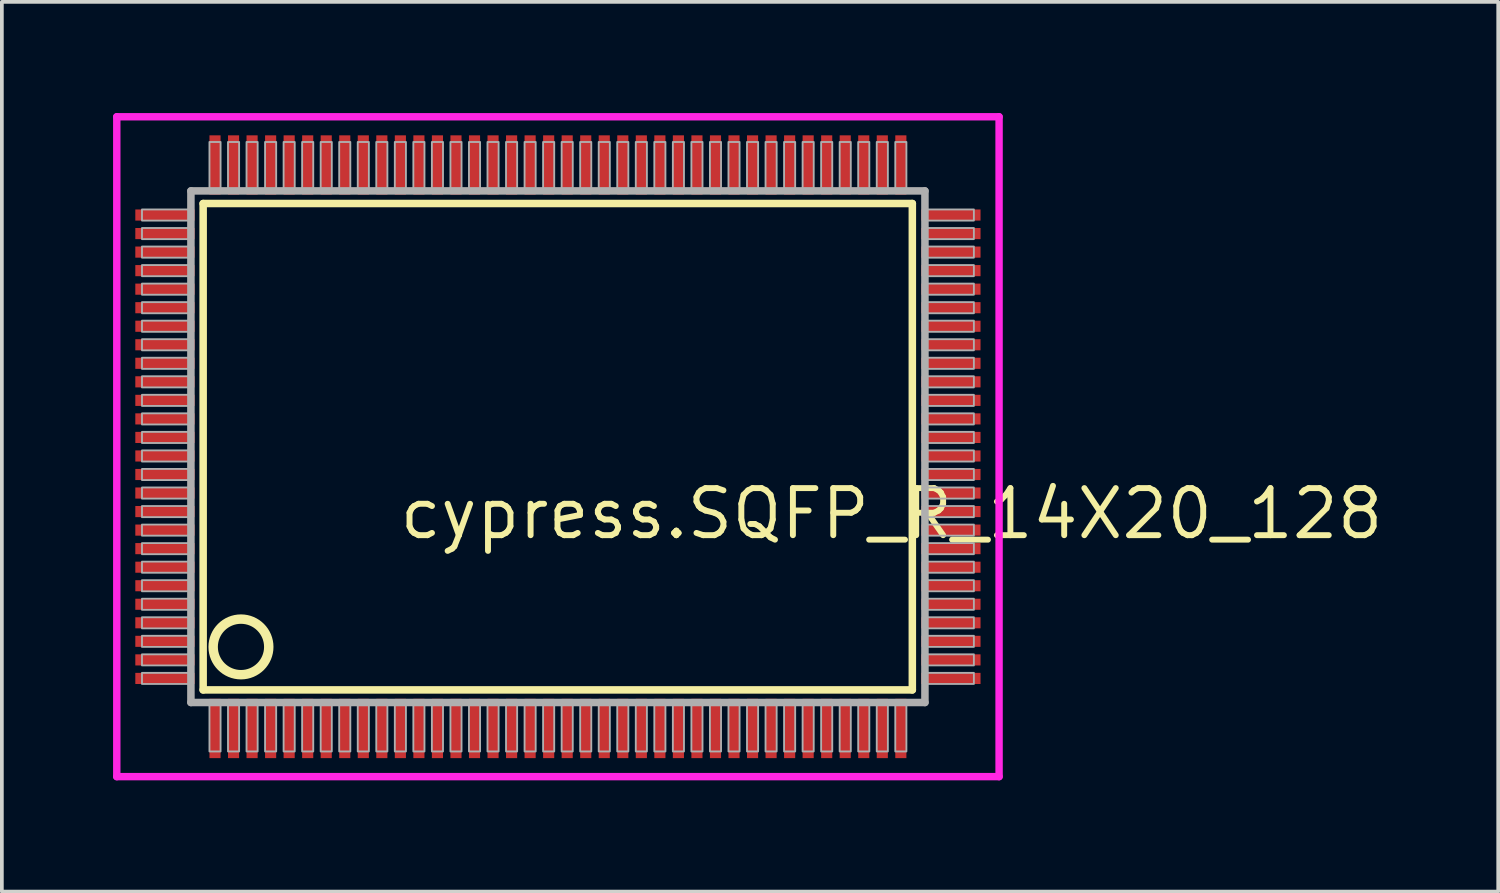
<source format=kicad_pcb>
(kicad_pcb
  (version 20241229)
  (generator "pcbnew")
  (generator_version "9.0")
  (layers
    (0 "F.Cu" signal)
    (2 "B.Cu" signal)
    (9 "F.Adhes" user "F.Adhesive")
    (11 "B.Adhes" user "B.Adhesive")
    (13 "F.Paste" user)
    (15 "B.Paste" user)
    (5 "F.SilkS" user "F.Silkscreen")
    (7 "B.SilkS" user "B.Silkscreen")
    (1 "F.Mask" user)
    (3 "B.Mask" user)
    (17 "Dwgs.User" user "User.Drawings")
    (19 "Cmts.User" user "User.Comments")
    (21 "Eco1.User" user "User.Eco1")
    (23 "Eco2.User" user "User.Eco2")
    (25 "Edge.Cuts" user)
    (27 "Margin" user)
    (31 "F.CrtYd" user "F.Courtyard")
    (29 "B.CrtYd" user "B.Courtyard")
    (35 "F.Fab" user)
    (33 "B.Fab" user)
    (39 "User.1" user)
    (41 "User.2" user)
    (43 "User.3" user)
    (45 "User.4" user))
  (footprint "cypress.SQFP_R_14X20_128"
    (layer "F.Cu")
    (at 12 9)
    (property "Reference" "cypress.SQFP_R_14X20_128" (at -4.35 2.55 0) (layer "F.SilkS") (effects (font (size 1.27 1.27) (thickness 0.16)) (justify left bottom)))
    (attr smd)
    (fp_line (start -9.57 -6.56) (end 9.56 -6.56) (stroke (width 0.203) (type default)) (layer "F.SilkS"))
    (fp_line (start -9.57 6.56) (end -9.57 -6.56) (stroke (width 0.203) (type default)) (layer "F.SilkS"))
    (fp_line (start 9.56 -6.56) (end 9.56 6.56) (stroke (width 0.203) (type default)) (layer "F.SilkS"))
    (fp_line (start 9.56 6.56) (end -9.57 6.56) (stroke (width 0.203) (type default)) (layer "F.SilkS"))
    (fp_circle (center -8.55 5.4) (end -7.8 5.4) (stroke (width 0.254) (type default)) (fill no) (layer "F.SilkS"))
    (fp_line (start -11.9 -8.9) (end 11.9 -8.9) (stroke (width 0.2) (type default)) (layer "F.CrtYd"))
    (fp_line (start -11.9 8.9) (end -11.9 -8.9) (stroke (width 0.2) (type default)) (layer "F.CrtYd"))
    (fp_line (start 11.9 -8.9) (end 11.9 8.9) (stroke (width 0.2) (type default)) (layer "F.CrtYd"))
    (fp_line (start 11.9 8.9) (end -11.9 8.9) (stroke (width 0.2) (type default)) (layer "F.CrtYd"))
    (fp_line (start -9.9 -6.9) (end -9.9 6.9) (stroke (width 0.203) (type default)) (layer "F.Fab"))
    (fp_line (start -9.9 6.9) (end 9.9 6.9) (stroke (width 0.203) (type default)) (layer "F.Fab"))
    (fp_line (start 9.9 -6.9) (end -9.9 -6.9) (stroke (width 0.203) (type default)) (layer "F.Fab"))
    (fp_line (start 9.9 6.9) (end 9.9 -6.9) (stroke (width 0.203) (type default)) (layer "F.Fab"))
    (fp_rect (start -11.22 -6.1) (end -9.95 -6.4) (stroke (width 0.05) (type default)) (fill no) (layer "F.Fab"))
    (fp_rect (start -11.22 -5.6) (end -9.95 -5.9) (stroke (width 0.05) (type default)) (fill no) (layer "F.Fab"))
    (fp_rect (start -11.22 -5.1) (end -9.95 -5.4) (stroke (width 0.05) (type default)) (fill no) (layer "F.Fab"))
    (fp_rect (start -11.22 -4.6) (end -9.95 -4.9) (stroke (width 0.05) (type default)) (fill no) (layer "F.Fab"))
    (fp_rect (start -11.22 -4.1) (end -9.95 -4.4) (stroke (width 0.05) (type default)) (fill no) (layer "F.Fab"))
    (fp_rect (start -11.22 -3.6) (end -9.95 -3.9) (stroke (width 0.05) (type default)) (fill no) (layer "F.Fab"))
    (fp_rect (start -11.22 -3.1) (end -9.95 -3.4) (stroke (width 0.05) (type default)) (fill no) (layer "F.Fab"))
    (fp_rect (start -11.22 -2.6) (end -9.95 -2.9) (stroke (width 0.05) (type default)) (fill no) (layer "F.Fab"))
    (fp_rect (start -11.22 -2.1) (end -9.95 -2.4) (stroke (width 0.05) (type default)) (fill no) (layer "F.Fab"))
    (fp_rect (start -11.22 -1.6) (end -9.95 -1.9) (stroke (width 0.05) (type default)) (fill no) (layer "F.Fab"))
    (fp_rect (start -11.22 -1.1) (end -9.95 -1.4) (stroke (width 0.05) (type default)) (fill no) (layer "F.Fab"))
    (fp_rect (start -11.22 -0.6) (end -9.95 -0.9) (stroke (width 0.05) (type default)) (fill no) (layer "F.Fab"))
    (fp_rect (start -11.22 -0.1) (end -9.95 -0.4) (stroke (width 0.05) (type default)) (fill no) (layer "F.Fab"))
    (fp_rect (start -11.22 0.4) (end -9.95 0.1) (stroke (width 0.05) (type default)) (fill no) (layer "F.Fab"))
    (fp_rect (start -11.22 0.9) (end -9.95 0.6) (stroke (width 0.05) (type default)) (fill no) (layer "F.Fab"))
    (fp_rect (start -11.22 1.4) (end -9.95 1.1) (stroke (width 0.05) (type default)) (fill no) (layer "F.Fab"))
    (fp_rect (start -11.22 1.9) (end -9.95 1.6) (stroke (width 0.05) (type default)) (fill no) (layer "F.Fab"))
    (fp_rect (start -11.22 2.4) (end -9.95 2.1) (stroke (width 0.05) (type default)) (fill no) (layer "F.Fab"))
    (fp_rect (start -11.22 2.9) (end -9.95 2.6) (stroke (width 0.05) (type default)) (fill no) (layer "F.Fab"))
    (fp_rect (start -11.22 3.4) (end -9.95 3.1) (stroke (width 0.05) (type default)) (fill no) (layer "F.Fab"))
    (fp_rect (start -11.22 3.9) (end -9.95 3.6) (stroke (width 0.05) (type default)) (fill no) (layer "F.Fab"))
    (fp_rect (start -11.22 4.4) (end -9.95 4.1) (stroke (width 0.05) (type default)) (fill no) (layer "F.Fab"))
    (fp_rect (start -11.22 4.9) (end -9.95 4.6) (stroke (width 0.05) (type default)) (fill no) (layer "F.Fab"))
    (fp_rect (start -11.22 5.4) (end -9.95 5.1) (stroke (width 0.05) (type default)) (fill no) (layer "F.Fab"))
    (fp_rect (start -11.22 5.9) (end -9.95 5.6) (stroke (width 0.05) (type default)) (fill no) (layer "F.Fab"))
    (fp_rect (start -11.22 6.4) (end -9.95 6.1) (stroke (width 0.05) (type default)) (fill no) (layer "F.Fab"))
    (fp_rect (start -9.4 -6.95) (end -9.1 -8.22) (stroke (width 0.05) (type default)) (fill no) (layer "F.Fab"))
    (fp_rect (start -9.4 8.22) (end -9.1 6.95) (stroke (width 0.05) (type default)) (fill no) (layer "F.Fab"))
    (fp_rect (start -8.9 -6.95) (end -8.6 -8.22) (stroke (width 0.05) (type default)) (fill no) (layer "F.Fab"))
    (fp_rect (start -8.9 8.22) (end -8.6 6.95) (stroke (width 0.05) (type default)) (fill no) (layer "F.Fab"))
    (fp_rect (start -8.4 -6.95) (end -8.1 -8.22) (stroke (width 0.05) (type default)) (fill no) (layer "F.Fab"))
    (fp_rect (start -8.4 8.22) (end -8.1 6.95) (stroke (width 0.05) (type default)) (fill no) (layer "F.Fab"))
    (fp_rect (start -7.9 -6.95) (end -7.6 -8.22) (stroke (width 0.05) (type default)) (fill no) (layer "F.Fab"))
    (fp_rect (start -7.9 8.22) (end -7.6 6.95) (stroke (width 0.05) (type default)) (fill no) (layer "F.Fab"))
    (fp_rect (start -7.4 -6.95) (end -7.1 -8.22) (stroke (width 0.05) (type default)) (fill no) (layer "F.Fab"))
    (fp_rect (start -7.4 8.22) (end -7.1 6.95) (stroke (width 0.05) (type default)) (fill no) (layer "F.Fab"))
    (fp_rect (start -6.9 -6.95) (end -6.6 -8.22) (stroke (width 0.05) (type default)) (fill no) (layer "F.Fab"))
    (fp_rect (start -6.9 8.22) (end -6.6 6.95) (stroke (width 0.05) (type default)) (fill no) (layer "F.Fab"))
    (fp_rect (start -6.4 -6.95) (end -6.1 -8.22) (stroke (width 0.05) (type default)) (fill no) (layer "F.Fab"))
    (fp_rect (start -6.4 8.22) (end -6.1 6.95) (stroke (width 0.05) (type default)) (fill no) (layer "F.Fab"))
    (fp_rect (start -5.9 -6.95) (end -5.6 -8.22) (stroke (width 0.05) (type default)) (fill no) (layer "F.Fab"))
    (fp_rect (start -5.9 8.22) (end -5.6 6.95) (stroke (width 0.05) (type default)) (fill no) (layer "F.Fab"))
    (fp_rect (start -5.4 -6.95) (end -5.1 -8.22) (stroke (width 0.05) (type default)) (fill no) (layer "F.Fab"))
    (fp_rect (start -5.4 8.22) (end -5.1 6.95) (stroke (width 0.05) (type default)) (fill no) (layer "F.Fab"))
    (fp_rect (start -4.9 -6.95) (end -4.6 -8.22) (stroke (width 0.05) (type default)) (fill no) (layer "F.Fab"))
    (fp_rect (start -4.9 8.22) (end -4.6 6.95) (stroke (width 0.05) (type default)) (fill no) (layer "F.Fab"))
    (fp_rect (start -4.4 -6.95) (end -4.1 -8.22) (stroke (width 0.05) (type default)) (fill no) (layer "F.Fab"))
    (fp_rect (start -4.4 8.22) (end -4.1 6.95) (stroke (width 0.05) (type default)) (fill no) (layer "F.Fab"))
    (fp_rect (start -3.9 -6.95) (end -3.6 -8.22) (stroke (width 0.05) (type default)) (fill no) (layer "F.Fab"))
    (fp_rect (start -3.9 8.22) (end -3.6 6.95) (stroke (width 0.05) (type default)) (fill no) (layer "F.Fab"))
    (fp_rect (start -3.4 -6.95) (end -3.1 -8.22) (stroke (width 0.05) (type default)) (fill no) (layer "F.Fab"))
    (fp_rect (start -3.4 8.22) (end -3.1 6.95) (stroke (width 0.05) (type default)) (fill no) (layer "F.Fab"))
    (fp_rect (start -2.9 -6.95) (end -2.6 -8.22) (stroke (width 0.05) (type default)) (fill no) (layer "F.Fab"))
    (fp_rect (start -2.9 8.22) (end -2.6 6.95) (stroke (width 0.05) (type default)) (fill no) (layer "F.Fab"))
    (fp_rect (start -2.4 -6.95) (end -2.1 -8.22) (stroke (width 0.05) (type default)) (fill no) (layer "F.Fab"))
    (fp_rect (start -2.4 8.22) (end -2.1 6.95) (stroke (width 0.05) (type default)) (fill no) (layer "F.Fab"))
    (fp_rect (start -1.9 -6.95) (end -1.6 -8.22) (stroke (width 0.05) (type default)) (fill no) (layer "F.Fab"))
    (fp_rect (start -1.9 8.22) (end -1.6 6.95) (stroke (width 0.05) (type default)) (fill no) (layer "F.Fab"))
    (fp_rect (start -1.4 -6.95) (end -1.1 -8.22) (stroke (width 0.05) (type default)) (fill no) (layer "F.Fab"))
    (fp_rect (start -1.4 8.22) (end -1.1 6.95) (stroke (width 0.05) (type default)) (fill no) (layer "F.Fab"))
    (fp_rect (start -0.9 -6.95) (end -0.6 -8.22) (stroke (width 0.05) (type default)) (fill no) (layer "F.Fab"))
    (fp_rect (start -0.9 8.22) (end -0.6 6.95) (stroke (width 0.05) (type default)) (fill no) (layer "F.Fab"))
    (fp_rect (start -0.4 -6.95) (end -0.1 -8.22) (stroke (width 0.05) (type default)) (fill no) (layer "F.Fab"))
    (fp_rect (start -0.4 8.22) (end -0.1 6.95) (stroke (width 0.05) (type default)) (fill no) (layer "F.Fab"))
    (fp_rect (start 0.1 -6.95) (end 0.4 -8.22) (stroke (width 0.05) (type default)) (fill no) (layer "F.Fab"))
    (fp_rect (start 0.1 8.22) (end 0.4 6.95) (stroke (width 0.05) (type default)) (fill no) (layer "F.Fab"))
    (fp_rect (start 0.6 -6.95) (end 0.9 -8.22) (stroke (width 0.05) (type default)) (fill no) (layer "F.Fab"))
    (fp_rect (start 0.6 8.22) (end 0.9 6.95) (stroke (width 0.05) (type default)) (fill no) (layer "F.Fab"))
    (fp_rect (start 1.1 -6.95) (end 1.4 -8.22) (stroke (width 0.05) (type default)) (fill no) (layer "F.Fab"))
    (fp_rect (start 1.1 8.22) (end 1.4 6.95) (stroke (width 0.05) (type default)) (fill no) (layer "F.Fab"))
    (fp_rect (start 1.6 -6.95) (end 1.9 -8.22) (stroke (width 0.05) (type default)) (fill no) (layer "F.Fab"))
    (fp_rect (start 1.6 8.22) (end 1.9 6.95) (stroke (width 0.05) (type default)) (fill no) (layer "F.Fab"))
    (fp_rect (start 2.1 -6.95) (end 2.4 -8.22) (stroke (width 0.05) (type default)) (fill no) (layer "F.Fab"))
    (fp_rect (start 2.1 8.22) (end 2.4 6.95) (stroke (width 0.05) (type default)) (fill no) (layer "F.Fab"))
    (fp_rect (start 2.6 -6.95) (end 2.9 -8.22) (stroke (width 0.05) (type default)) (fill no) (layer "F.Fab"))
    (fp_rect (start 2.6 8.22) (end 2.9 6.95) (stroke (width 0.05) (type default)) (fill no) (layer "F.Fab"))
    (fp_rect (start 3.1 -6.95) (end 3.4 -8.22) (stroke (width 0.05) (type default)) (fill no) (layer "F.Fab"))
    (fp_rect (start 3.1 8.22) (end 3.4 6.95) (stroke (width 0.05) (type default)) (fill no) (layer "F.Fab"))
    (fp_rect (start 3.6 -6.95) (end 3.9 -8.22) (stroke (width 0.05) (type default)) (fill no) (layer "F.Fab"))
    (fp_rect (start 3.6 8.22) (end 3.9 6.95) (stroke (width 0.05) (type default)) (fill no) (layer "F.Fab"))
    (fp_rect (start 4.1 -6.95) (end 4.4 -8.22) (stroke (width 0.05) (type default)) (fill no) (layer "F.Fab"))
    (fp_rect (start 4.1 8.22) (end 4.4 6.95) (stroke (width 0.05) (type default)) (fill no) (layer "F.Fab"))
    (fp_rect (start 4.6 -6.95) (end 4.9 -8.22) (stroke (width 0.05) (type default)) (fill no) (layer "F.Fab"))
    (fp_rect (start 4.6 8.22) (end 4.9 6.95) (stroke (width 0.05) (type default)) (fill no) (layer "F.Fab"))
    (fp_rect (start 5.1 -6.95) (end 5.4 -8.22) (stroke (width 0.05) (type default)) (fill no) (layer "F.Fab"))
    (fp_rect (start 5.1 8.22) (end 5.4 6.95) (stroke (width 0.05) (type default)) (fill no) (layer "F.Fab"))
    (fp_rect (start 5.6 -6.95) (end 5.9 -8.22) (stroke (width 0.05) (type default)) (fill no) (layer "F.Fab"))
    (fp_rect (start 5.6 8.22) (end 5.9 6.95) (stroke (width 0.05) (type default)) (fill no) (layer "F.Fab"))
    (fp_rect (start 6.1 -6.95) (end 6.4 -8.22) (stroke (width 0.05) (type default)) (fill no) (layer "F.Fab"))
    (fp_rect (start 6.1 8.22) (end 6.4 6.95) (stroke (width 0.05) (type default)) (fill no) (layer "F.Fab"))
    (fp_rect (start 6.6 -6.95) (end 6.9 -8.22) (stroke (width 0.05) (type default)) (fill no) (layer "F.Fab"))
    (fp_rect (start 6.6 8.22) (end 6.9 6.95) (stroke (width 0.05) (type default)) (fill no) (layer "F.Fab"))
    (fp_rect (start 7.1 -6.95) (end 7.4 -8.22) (stroke (width 0.05) (type default)) (fill no) (layer "F.Fab"))
    (fp_rect (start 7.1 8.22) (end 7.4 6.95) (stroke (width 0.05) (type default)) (fill no) (layer "F.Fab"))
    (fp_rect (start 7.6 -6.95) (end 7.9 -8.22) (stroke (width 0.05) (type default)) (fill no) (layer "F.Fab"))
    (fp_rect (start 7.6 8.22) (end 7.9 6.95) (stroke (width 0.05) (type default)) (fill no) (layer "F.Fab"))
    (fp_rect (start 8.1 -6.95) (end 8.4 -8.22) (stroke (width 0.05) (type default)) (fill no) (layer "F.Fab"))
    (fp_rect (start 8.1 8.22) (end 8.4 6.95) (stroke (width 0.05) (type default)) (fill no) (layer "F.Fab"))
    (fp_rect (start 8.6 -6.95) (end 8.9 -8.22) (stroke (width 0.05) (type default)) (fill no) (layer "F.Fab"))
    (fp_rect (start 8.6 8.22) (end 8.9 6.95) (stroke (width 0.05) (type default)) (fill no) (layer "F.Fab"))
    (fp_rect (start 9.1 -6.95) (end 9.4 -8.22) (stroke (width 0.05) (type default)) (fill no) (layer "F.Fab"))
    (fp_rect (start 9.1 8.22) (end 9.4 6.95) (stroke (width 0.05) (type default)) (fill no) (layer "F.Fab"))
    (fp_rect (start 9.95 -6.1) (end 11.22 -6.4) (stroke (width 0.05) (type default)) (fill no) (layer "F.Fab"))
    (fp_rect (start 9.95 -5.6) (end 11.22 -5.9) (stroke (width 0.05) (type default)) (fill no) (layer "F.Fab"))
    (fp_rect (start 9.95 -5.1) (end 11.22 -5.4) (stroke (width 0.05) (type default)) (fill no) (layer "F.Fab"))
    (fp_rect (start 9.95 -4.6) (end 11.22 -4.9) (stroke (width 0.05) (type default)) (fill no) (layer "F.Fab"))
    (fp_rect (start 9.95 -4.1) (end 11.22 -4.4) (stroke (width 0.05) (type default)) (fill no) (layer "F.Fab"))
    (fp_rect (start 9.95 -3.6) (end 11.22 -3.9) (stroke (width 0.05) (type default)) (fill no) (layer "F.Fab"))
    (fp_rect (start 9.95 -3.1) (end 11.22 -3.4) (stroke (width 0.05) (type default)) (fill no) (layer "F.Fab"))
    (fp_rect (start 9.95 -2.6) (end 11.22 -2.9) (stroke (width 0.05) (type default)) (fill no) (layer "F.Fab"))
    (fp_rect (start 9.95 -2.1) (end 11.22 -2.4) (stroke (width 0.05) (type default)) (fill no) (layer "F.Fab"))
    (fp_rect (start 9.95 -1.6) (end 11.22 -1.9) (stroke (width 0.05) (type default)) (fill no) (layer "F.Fab"))
    (fp_rect (start 9.95 -1.1) (end 11.22 -1.4) (stroke (width 0.05) (type default)) (fill no) (layer "F.Fab"))
    (fp_rect (start 9.95 -0.6) (end 11.22 -0.9) (stroke (width 0.05) (type default)) (fill no) (layer "F.Fab"))
    (fp_rect (start 9.95 -0.1) (end 11.22 -0.4) (stroke (width 0.05) (type default)) (fill no) (layer "F.Fab"))
    (fp_rect (start 9.95 0.4) (end 11.22 0.1) (stroke (width 0.05) (type default)) (fill no) (layer "F.Fab"))
    (fp_rect (start 9.95 0.9) (end 11.22 0.6) (stroke (width 0.05) (type default)) (fill no) (layer "F.Fab"))
    (fp_rect (start 9.95 1.4) (end 11.22 1.1) (stroke (width 0.05) (type default)) (fill no) (layer "F.Fab"))
    (fp_rect (start 9.95 1.9) (end 11.22 1.6) (stroke (width 0.05) (type default)) (fill no) (layer "F.Fab"))
    (fp_rect (start 9.95 2.4) (end 11.22 2.1) (stroke (width 0.05) (type default)) (fill no) (layer "F.Fab"))
    (fp_rect (start 9.95 2.9) (end 11.22 2.6) (stroke (width 0.05) (type default)) (fill no) (layer "F.Fab"))
    (fp_rect (start 9.95 3.4) (end 11.22 3.1) (stroke (width 0.05) (type default)) (fill no) (layer "F.Fab"))
    (fp_rect (start 9.95 3.9) (end 11.22 3.6) (stroke (width 0.05) (type default)) (fill no) (layer "F.Fab"))
    (fp_rect (start 9.95 4.4) (end 11.22 4.1) (stroke (width 0.05) (type default)) (fill no) (layer "F.Fab"))
    (fp_rect (start 9.95 4.9) (end 11.22 4.6) (stroke (width 0.05) (type default)) (fill no) (layer "F.Fab"))
    (fp_rect (start 9.95 5.4) (end 11.22 5.1) (stroke (width 0.05) (type default)) (fill no) (layer "F.Fab"))
    (fp_rect (start 9.95 5.9) (end 11.22 5.6) (stroke (width 0.05) (type default)) (fill no) (layer "F.Fab"))
    (fp_rect (start 9.95 6.4) (end 11.22 6.1) (stroke (width 0.05) (type default)) (fill no) (layer "F.Fab"))
    (pad "1" smd roundrect (at -9.25 7.6) (size 0.3 1.6) (layers "F.Cu" "F.Mask" "F.Paste") (roundrect_rratio 0.01))
    (pad "2" smd roundrect (at -8.75 7.6) (size 0.3 1.6) (layers "F.Cu" "F.Mask" "F.Paste") (roundrect_rratio 0.01))
    (pad "3" smd roundrect (at -8.25 7.6) (size 0.3 1.6) (layers "F.Cu" "F.Mask" "F.Paste") (roundrect_rratio 0.01))
    (pad "4" smd roundrect (at -7.75 7.6) (size 0.3 1.6) (layers "F.Cu" "F.Mask" "F.Paste") (roundrect_rratio 0.01))
    (pad "5" smd roundrect (at -7.25 7.6) (size 0.3 1.6) (layers "F.Cu" "F.Mask" "F.Paste") (roundrect_rratio 0.01))
    (pad "6" smd roundrect (at -6.75 7.6) (size 0.3 1.6) (layers "F.Cu" "F.Mask" "F.Paste") (roundrect_rratio 0.01))
    (pad "7" smd roundrect (at -6.25 7.6) (size 0.3 1.6) (layers "F.Cu" "F.Mask" "F.Paste") (roundrect_rratio 0.01))
    (pad "8" smd roundrect (at -5.75 7.6) (size 0.3 1.6) (layers "F.Cu" "F.Mask" "F.Paste") (roundrect_rratio 0.01))
    (pad "9" smd roundrect (at -5.25 7.6) (size 0.3 1.6) (layers "F.Cu" "F.Mask" "F.Paste") (roundrect_rratio 0.01))
    (pad "10" smd roundrect (at -4.75 7.6) (size 0.3 1.6) (layers "F.Cu" "F.Mask" "F.Paste") (roundrect_rratio 0.01))
    (pad "11" smd roundrect (at -4.25 7.6) (size 0.3 1.6) (layers "F.Cu" "F.Mask" "F.Paste") (roundrect_rratio 0.01))
    (pad "12" smd roundrect (at -3.75 7.6) (size 0.3 1.6) (layers "F.Cu" "F.Mask" "F.Paste") (roundrect_rratio 0.01))
    (pad "13" smd roundrect (at -3.25 7.6) (size 0.3 1.6) (layers "F.Cu" "F.Mask" "F.Paste") (roundrect_rratio 0.01))
    (pad "14" smd roundrect (at -2.75 7.6) (size 0.3 1.6) (layers "F.Cu" "F.Mask" "F.Paste") (roundrect_rratio 0.01))
    (pad "15" smd roundrect (at -2.25 7.6) (size 0.3 1.6) (layers "F.Cu" "F.Mask" "F.Paste") (roundrect_rratio 0.01))
    (pad "16" smd roundrect (at -1.75 7.6) (size 0.3 1.6) (layers "F.Cu" "F.Mask" "F.Paste") (roundrect_rratio 0.01))
    (pad "17" smd roundrect (at -1.25 7.6) (size 0.3 1.6) (layers "F.Cu" "F.Mask" "F.Paste") (roundrect_rratio 0.01))
    (pad "18" smd roundrect (at -0.75 7.6) (size 0.3 1.6) (layers "F.Cu" "F.Mask" "F.Paste") (roundrect_rratio 0.01))
    (pad "19" smd roundrect (at -0.25 7.6) (size 0.3 1.6) (layers "F.Cu" "F.Mask" "F.Paste") (roundrect_rratio 0.01))
    (pad "20" smd roundrect (at 0.25 7.6) (size 0.3 1.6) (layers "F.Cu" "F.Mask" "F.Paste") (roundrect_rratio 0.01))
    (pad "21" smd roundrect (at 0.75 7.6) (size 0.3 1.6) (layers "F.Cu" "F.Mask" "F.Paste") (roundrect_rratio 0.01))
    (pad "22" smd roundrect (at 1.25 7.6) (size 0.3 1.6) (layers "F.Cu" "F.Mask" "F.Paste") (roundrect_rratio 0.01))
    (pad "23" smd roundrect (at 1.75 7.6) (size 0.3 1.6) (layers "F.Cu" "F.Mask" "F.Paste") (roundrect_rratio 0.01))
    (pad "24" smd roundrect (at 2.25 7.6) (size 0.3 1.6) (layers "F.Cu" "F.Mask" "F.Paste") (roundrect_rratio 0.01))
    (pad "25" smd roundrect (at 2.75 7.6) (size 0.3 1.6) (layers "F.Cu" "F.Mask" "F.Paste") (roundrect_rratio 0.01))
    (pad "26" smd roundrect (at 3.25 7.6) (size 0.3 1.6) (layers "F.Cu" "F.Mask" "F.Paste") (roundrect_rratio 0.01))
    (pad "27" smd roundrect (at 3.75 7.6) (size 0.3 1.6) (layers "F.Cu" "F.Mask" "F.Paste") (roundrect_rratio 0.01))
    (pad "28" smd roundrect (at 4.25 7.6) (size 0.3 1.6) (layers "F.Cu" "F.Mask" "F.Paste") (roundrect_rratio 0.01))
    (pad "29" smd roundrect (at 4.75 7.6) (size 0.3 1.6) (layers "F.Cu" "F.Mask" "F.Paste") (roundrect_rratio 0.01))
    (pad "30" smd roundrect (at 5.25 7.6) (size 0.3 1.6) (layers "F.Cu" "F.Mask" "F.Paste") (roundrect_rratio 0.01))
    (pad "31" smd roundrect (at 5.75 7.6) (size 0.3 1.6) (layers "F.Cu" "F.Mask" "F.Paste") (roundrect_rratio 0.01))
    (pad "32" smd roundrect (at 6.25 7.6) (size 0.3 1.6) (layers "F.Cu" "F.Mask" "F.Paste") (roundrect_rratio 0.01))
    (pad "33" smd roundrect (at 6.75 7.6) (size 0.3 1.6) (layers "F.Cu" "F.Mask" "F.Paste") (roundrect_rratio 0.01))
    (pad "34" smd roundrect (at 7.25 7.6) (size 0.3 1.6) (layers "F.Cu" "F.Mask" "F.Paste") (roundrect_rratio 0.01))
    (pad "35" smd roundrect (at 7.75 7.6) (size 0.3 1.6) (layers "F.Cu" "F.Mask" "F.Paste") (roundrect_rratio 0.01))
    (pad "36" smd roundrect (at 8.25 7.6) (size 0.3 1.6) (layers "F.Cu" "F.Mask" "F.Paste") (roundrect_rratio 0.01))
    (pad "37" smd roundrect (at 8.75 7.6) (size 0.3 1.6) (layers "F.Cu" "F.Mask" "F.Paste") (roundrect_rratio 0.01))
    (pad "38" smd roundrect (at 9.25 7.6) (size 0.3 1.6) (layers "F.Cu" "F.Mask" "F.Paste") (roundrect_rratio 0.01))
    (pad "39" smd roundrect (at 10.6 6.25) (size 1.6 0.3) (layers "F.Cu" "F.Mask" "F.Paste") (roundrect_rratio 0.01))
    (pad "40" smd roundrect (at 10.6 5.75) (size 1.6 0.3) (layers "F.Cu" "F.Mask" "F.Paste") (roundrect_rratio 0.01))
    (pad "41" smd roundrect (at 10.6 5.25) (size 1.6 0.3) (layers "F.Cu" "F.Mask" "F.Paste") (roundrect_rratio 0.01))
    (pad "42" smd roundrect (at 10.6 4.75) (size 1.6 0.3) (layers "F.Cu" "F.Mask" "F.Paste") (roundrect_rratio 0.01))
    (pad "43" smd roundrect (at 10.6 4.25) (size 1.6 0.3) (layers "F.Cu" "F.Mask" "F.Paste") (roundrect_rratio 0.01))
    (pad "44" smd roundrect (at 10.6 3.75) (size 1.6 0.3) (layers "F.Cu" "F.Mask" "F.Paste") (roundrect_rratio 0.01))
    (pad "45" smd roundrect (at 10.6 3.25) (size 1.6 0.3) (layers "F.Cu" "F.Mask" "F.Paste") (roundrect_rratio 0.01))
    (pad "46" smd roundrect (at 10.6 2.75) (size 1.6 0.3) (layers "F.Cu" "F.Mask" "F.Paste") (roundrect_rratio 0.01))
    (pad "47" smd roundrect (at 10.6 2.25) (size 1.6 0.3) (layers "F.Cu" "F.Mask" "F.Paste") (roundrect_rratio 0.01))
    (pad "48" smd roundrect (at 10.6 1.75) (size 1.6 0.3) (layers "F.Cu" "F.Mask" "F.Paste") (roundrect_rratio 0.01))
    (pad "49" smd roundrect (at 10.6 1.25) (size 1.6 0.3) (layers "F.Cu" "F.Mask" "F.Paste") (roundrect_rratio 0.01))
    (pad "50" smd roundrect (at 10.6 0.75) (size 1.6 0.3) (layers "F.Cu" "F.Mask" "F.Paste") (roundrect_rratio 0.01))
    (pad "51" smd roundrect (at 10.6 0.25) (size 1.6 0.3) (layers "F.Cu" "F.Mask" "F.Paste") (roundrect_rratio 0.01))
    (pad "52" smd roundrect (at 10.6 -0.25) (size 1.6 0.3) (layers "F.Cu" "F.Mask" "F.Paste") (roundrect_rratio 0.01))
    (pad "53" smd roundrect (at 10.6 -0.75) (size 1.6 0.3) (layers "F.Cu" "F.Mask" "F.Paste") (roundrect_rratio 0.01))
    (pad "54" smd roundrect (at 10.6 -1.25) (size 1.6 0.3) (layers "F.Cu" "F.Mask" "F.Paste") (roundrect_rratio 0.01))
    (pad "55" smd roundrect (at 10.6 -1.75) (size 1.6 0.3) (layers "F.Cu" "F.Mask" "F.Paste") (roundrect_rratio 0.01))
    (pad "56" smd roundrect (at 10.6 -2.25) (size 1.6 0.3) (layers "F.Cu" "F.Mask" "F.Paste") (roundrect_rratio 0.01))
    (pad "57" smd roundrect (at 10.6 -2.75) (size 1.6 0.3) (layers "F.Cu" "F.Mask" "F.Paste") (roundrect_rratio 0.01))
    (pad "58" smd roundrect (at 10.6 -3.25) (size 1.6 0.3) (layers "F.Cu" "F.Mask" "F.Paste") (roundrect_rratio 0.01))
    (pad "59" smd roundrect (at 10.6 -3.75) (size 1.6 0.3) (layers "F.Cu" "F.Mask" "F.Paste") (roundrect_rratio 0.01))
    (pad "60" smd roundrect (at 10.6 -4.25) (size 1.6 0.3) (layers "F.Cu" "F.Mask" "F.Paste") (roundrect_rratio 0.01))
    (pad "61" smd roundrect (at 10.6 -4.75) (size 1.6 0.3) (layers "F.Cu" "F.Mask" "F.Paste") (roundrect_rratio 0.01))
    (pad "62" smd roundrect (at 10.6 -5.25) (size 1.6 0.3) (layers "F.Cu" "F.Mask" "F.Paste") (roundrect_rratio 0.01))
    (pad "63" smd roundrect (at 10.6 -5.75) (size 1.6 0.3) (layers "F.Cu" "F.Mask" "F.Paste") (roundrect_rratio 0.01))
    (pad "64" smd roundrect (at 10.6 -6.25) (size 1.6 0.3) (layers "F.Cu" "F.Mask" "F.Paste") (roundrect_rratio 0.01))
    (pad "65" smd roundrect (at 9.25 -7.6) (size 0.3 1.6) (layers "F.Cu" "F.Mask" "F.Paste") (roundrect_rratio 0.01))
    (pad "66" smd roundrect (at 8.75 -7.6) (size 0.3 1.6) (layers "F.Cu" "F.Mask" "F.Paste") (roundrect_rratio 0.01))
    (pad "67" smd roundrect (at 8.25 -7.6) (size 0.3 1.6) (layers "F.Cu" "F.Mask" "F.Paste") (roundrect_rratio 0.01))
    (pad "68" smd roundrect (at 7.75 -7.6) (size 0.3 1.6) (layers "F.Cu" "F.Mask" "F.Paste") (roundrect_rratio 0.01))
    (pad "69" smd roundrect (at 7.25 -7.6) (size 0.3 1.6) (layers "F.Cu" "F.Mask" "F.Paste") (roundrect_rratio 0.01))
    (pad "70" smd roundrect (at 6.75 -7.6) (size 0.3 1.6) (layers "F.Cu" "F.Mask" "F.Paste") (roundrect_rratio 0.01))
    (pad "71" smd roundrect (at 6.25 -7.6) (size 0.3 1.6) (layers "F.Cu" "F.Mask" "F.Paste") (roundrect_rratio 0.01))
    (pad "72" smd roundrect (at 5.75 -7.6) (size 0.3 1.6) (layers "F.Cu" "F.Mask" "F.Paste") (roundrect_rratio 0.01))
    (pad "73" smd roundrect (at 5.25 -7.6) (size 0.3 1.6) (layers "F.Cu" "F.Mask" "F.Paste") (roundrect_rratio 0.01))
    (pad "74" smd roundrect (at 4.75 -7.6) (size 0.3 1.6) (layers "F.Cu" "F.Mask" "F.Paste") (roundrect_rratio 0.01))
    (pad "75" smd roundrect (at 4.25 -7.6) (size 0.3 1.6) (layers "F.Cu" "F.Mask" "F.Paste") (roundrect_rratio 0.01))
    (pad "76" smd roundrect (at 3.75 -7.6) (size 0.3 1.6) (layers "F.Cu" "F.Mask" "F.Paste") (roundrect_rratio 0.01))
    (pad "77" smd roundrect (at 3.25 -7.6) (size 0.3 1.6) (layers "F.Cu" "F.Mask" "F.Paste") (roundrect_rratio 0.01))
    (pad "78" smd roundrect (at 2.75 -7.6) (size 0.3 1.6) (layers "F.Cu" "F.Mask" "F.Paste") (roundrect_rratio 0.01))
    (pad "79" smd roundrect (at 2.25 -7.6) (size 0.3 1.6) (layers "F.Cu" "F.Mask" "F.Paste") (roundrect_rratio 0.01))
    (pad "80" smd roundrect (at 1.75 -7.6) (size 0.3 1.6) (layers "F.Cu" "F.Mask" "F.Paste") (roundrect_rratio 0.01))
    (pad "81" smd roundrect (at 1.25 -7.6) (size 0.3 1.6) (layers "F.Cu" "F.Mask" "F.Paste") (roundrect_rratio 0.01))
    (pad "82" smd roundrect (at 0.75 -7.6) (size 0.3 1.6) (layers "F.Cu" "F.Mask" "F.Paste") (roundrect_rratio 0.01))
    (pad "83" smd roundrect (at 0.25 -7.6) (size 0.3 1.6) (layers "F.Cu" "F.Mask" "F.Paste") (roundrect_rratio 0.01))
    (pad "84" smd roundrect (at -0.25 -7.6) (size 0.3 1.6) (layers "F.Cu" "F.Mask" "F.Paste") (roundrect_rratio 0.01))
    (pad "85" smd roundrect (at -0.75 -7.6) (size 0.3 1.6) (layers "F.Cu" "F.Mask" "F.Paste") (roundrect_rratio 0.01))
    (pad "86" smd roundrect (at -1.25 -7.6) (size 0.3 1.6) (layers "F.Cu" "F.Mask" "F.Paste") (roundrect_rratio 0.01))
    (pad "87" smd roundrect (at -1.75 -7.6) (size 0.3 1.6) (layers "F.Cu" "F.Mask" "F.Paste") (roundrect_rratio 0.01))
    (pad "88" smd roundrect (at -2.25 -7.6) (size 0.3 1.6) (layers "F.Cu" "F.Mask" "F.Paste") (roundrect_rratio 0.01))
    (pad "89" smd roundrect (at -2.75 -7.6) (size 0.3 1.6) (layers "F.Cu" "F.Mask" "F.Paste") (roundrect_rratio 0.01))
    (pad "90" smd roundrect (at -3.25 -7.6) (size 0.3 1.6) (layers "F.Cu" "F.Mask" "F.Paste") (roundrect_rratio 0.01))
    (pad "91" smd roundrect (at -3.75 -7.6) (size 0.3 1.6) (layers "F.Cu" "F.Mask" "F.Paste") (roundrect_rratio 0.01))
    (pad "92" smd roundrect (at -4.25 -7.6) (size 0.3 1.6) (layers "F.Cu" "F.Mask" "F.Paste") (roundrect_rratio 0.01))
    (pad "93" smd roundrect (at -4.75 -7.6) (size 0.3 1.6) (layers "F.Cu" "F.Mask" "F.Paste") (roundrect_rratio 0.01))
    (pad "94" smd roundrect (at -5.25 -7.6) (size 0.3 1.6) (layers "F.Cu" "F.Mask" "F.Paste") (roundrect_rratio 0.01))
    (pad "95" smd roundrect (at -5.75 -7.6) (size 0.3 1.6) (layers "F.Cu" "F.Mask" "F.Paste") (roundrect_rratio 0.01))
    (pad "96" smd roundrect (at -6.25 -7.6) (size 0.3 1.6) (layers "F.Cu" "F.Mask" "F.Paste") (roundrect_rratio 0.01))
    (pad "97" smd roundrect (at -6.75 -7.6) (size 0.3 1.6) (layers "F.Cu" "F.Mask" "F.Paste") (roundrect_rratio 0.01))
    (pad "98" smd roundrect (at -7.25 -7.6) (size 0.3 1.6) (layers "F.Cu" "F.Mask" "F.Paste") (roundrect_rratio 0.01))
    (pad "99" smd roundrect (at -7.75 -7.6) (size 0.3 1.6) (layers "F.Cu" "F.Mask" "F.Paste") (roundrect_rratio 0.01))
    (pad "100" smd roundrect (at -8.25 -7.6) (size 0.3 1.6) (layers "F.Cu" "F.Mask" "F.Paste") (roundrect_rratio 0.01))
    (pad "101" smd roundrect (at -8.75 -7.6) (size 0.3 1.6) (layers "F.Cu" "F.Mask" "F.Paste") (roundrect_rratio 0.01))
    (pad "102" smd roundrect (at -9.25 -7.6) (size 0.3 1.6) (layers "F.Cu" "F.Mask" "F.Paste") (roundrect_rratio 0.01))
    (pad "103" smd roundrect (at -10.6 -6.25) (size 1.6 0.3) (layers "F.Cu" "F.Mask" "F.Paste") (roundrect_rratio 0.01))
    (pad "104" smd roundrect (at -10.6 -5.75) (size 1.6 0.3) (layers "F.Cu" "F.Mask" "F.Paste") (roundrect_rratio 0.01))
    (pad "105" smd roundrect (at -10.6 -5.25) (size 1.6 0.3) (layers "F.Cu" "F.Mask" "F.Paste") (roundrect_rratio 0.01))
    (pad "106" smd roundrect (at -10.6 -4.75) (size 1.6 0.3) (layers "F.Cu" "F.Mask" "F.Paste") (roundrect_rratio 0.01))
    (pad "107" smd roundrect (at -10.6 -4.25) (size 1.6 0.3) (layers "F.Cu" "F.Mask" "F.Paste") (roundrect_rratio 0.01))
    (pad "108" smd roundrect (at -10.6 -3.75) (size 1.6 0.3) (layers "F.Cu" "F.Mask" "F.Paste") (roundrect_rratio 0.01))
    (pad "109" smd roundrect (at -10.6 -3.25) (size 1.6 0.3) (layers "F.Cu" "F.Mask" "F.Paste") (roundrect_rratio 0.01))
    (pad "110" smd roundrect (at -10.6 -2.75) (size 1.6 0.3) (layers "F.Cu" "F.Mask" "F.Paste") (roundrect_rratio 0.01))
    (pad "111" smd roundrect (at -10.6 -2.25) (size 1.6 0.3) (layers "F.Cu" "F.Mask" "F.Paste") (roundrect_rratio 0.01))
    (pad "112" smd roundrect (at -10.6 -1.75) (size 1.6 0.3) (layers "F.Cu" "F.Mask" "F.Paste") (roundrect_rratio 0.01))
    (pad "113" smd roundrect (at -10.6 -1.25) (size 1.6 0.3) (layers "F.Cu" "F.Mask" "F.Paste") (roundrect_rratio 0.01))
    (pad "114" smd roundrect (at -10.6 -0.75) (size 1.6 0.3) (layers "F.Cu" "F.Mask" "F.Paste") (roundrect_rratio 0.01))
    (pad "115" smd roundrect (at -10.6 -0.25) (size 1.6 0.3) (layers "F.Cu" "F.Mask" "F.Paste") (roundrect_rratio 0.01))
    (pad "116" smd roundrect (at -10.6 0.25) (size 1.6 0.3) (layers "F.Cu" "F.Mask" "F.Paste") (roundrect_rratio 0.01))
    (pad "117" smd roundrect (at -10.6 0.75) (size 1.6 0.3) (layers "F.Cu" "F.Mask" "F.Paste") (roundrect_rratio 0.01))
    (pad "118" smd roundrect (at -10.6 1.25) (size 1.6 0.3) (layers "F.Cu" "F.Mask" "F.Paste") (roundrect_rratio 0.01))
    (pad "119" smd roundrect (at -10.6 1.75) (size 1.6 0.3) (layers "F.Cu" "F.Mask" "F.Paste") (roundrect_rratio 0.01))
    (pad "120" smd roundrect (at -10.6 2.25) (size 1.6 0.3) (layers "F.Cu" "F.Mask" "F.Paste") (roundrect_rratio 0.01))
    (pad "121" smd roundrect (at -10.6 2.75) (size 1.6 0.3) (layers "F.Cu" "F.Mask" "F.Paste") (roundrect_rratio 0.01))
    (pad "122" smd roundrect (at -10.6 3.25) (size 1.6 0.3) (layers "F.Cu" "F.Mask" "F.Paste") (roundrect_rratio 0.01))
    (pad "123" smd roundrect (at -10.6 3.75) (size 1.6 0.3) (layers "F.Cu" "F.Mask" "F.Paste") (roundrect_rratio 0.01))
    (pad "124" smd roundrect (at -10.6 4.25) (size 1.6 0.3) (layers "F.Cu" "F.Mask" "F.Paste") (roundrect_rratio 0.01))
    (pad "125" smd roundrect (at -10.6 4.75) (size 1.6 0.3) (layers "F.Cu" "F.Mask" "F.Paste") (roundrect_rratio 0.01))
    (pad "126" smd roundrect (at -10.6 5.25) (size 1.6 0.3) (layers "F.Cu" "F.Mask" "F.Paste") (roundrect_rratio 0.01))
    (pad "127" smd roundrect (at -10.6 5.75) (size 1.6 0.3) (layers "F.Cu" "F.Mask" "F.Paste") (roundrect_rratio 0.01))
    (pad "128" smd roundrect (at -10.6 6.25) (size 1.6 0.3) (layers "F.Cu" "F.Mask" "F.Paste") (roundrect_rratio 0.01)))
  (gr_rect
    (start -3 -3)
    (end 37.364 21)
    (stroke (width 0.1) (type default))
    (fill no)
    (layer "Edge.Cuts")))
</source>
